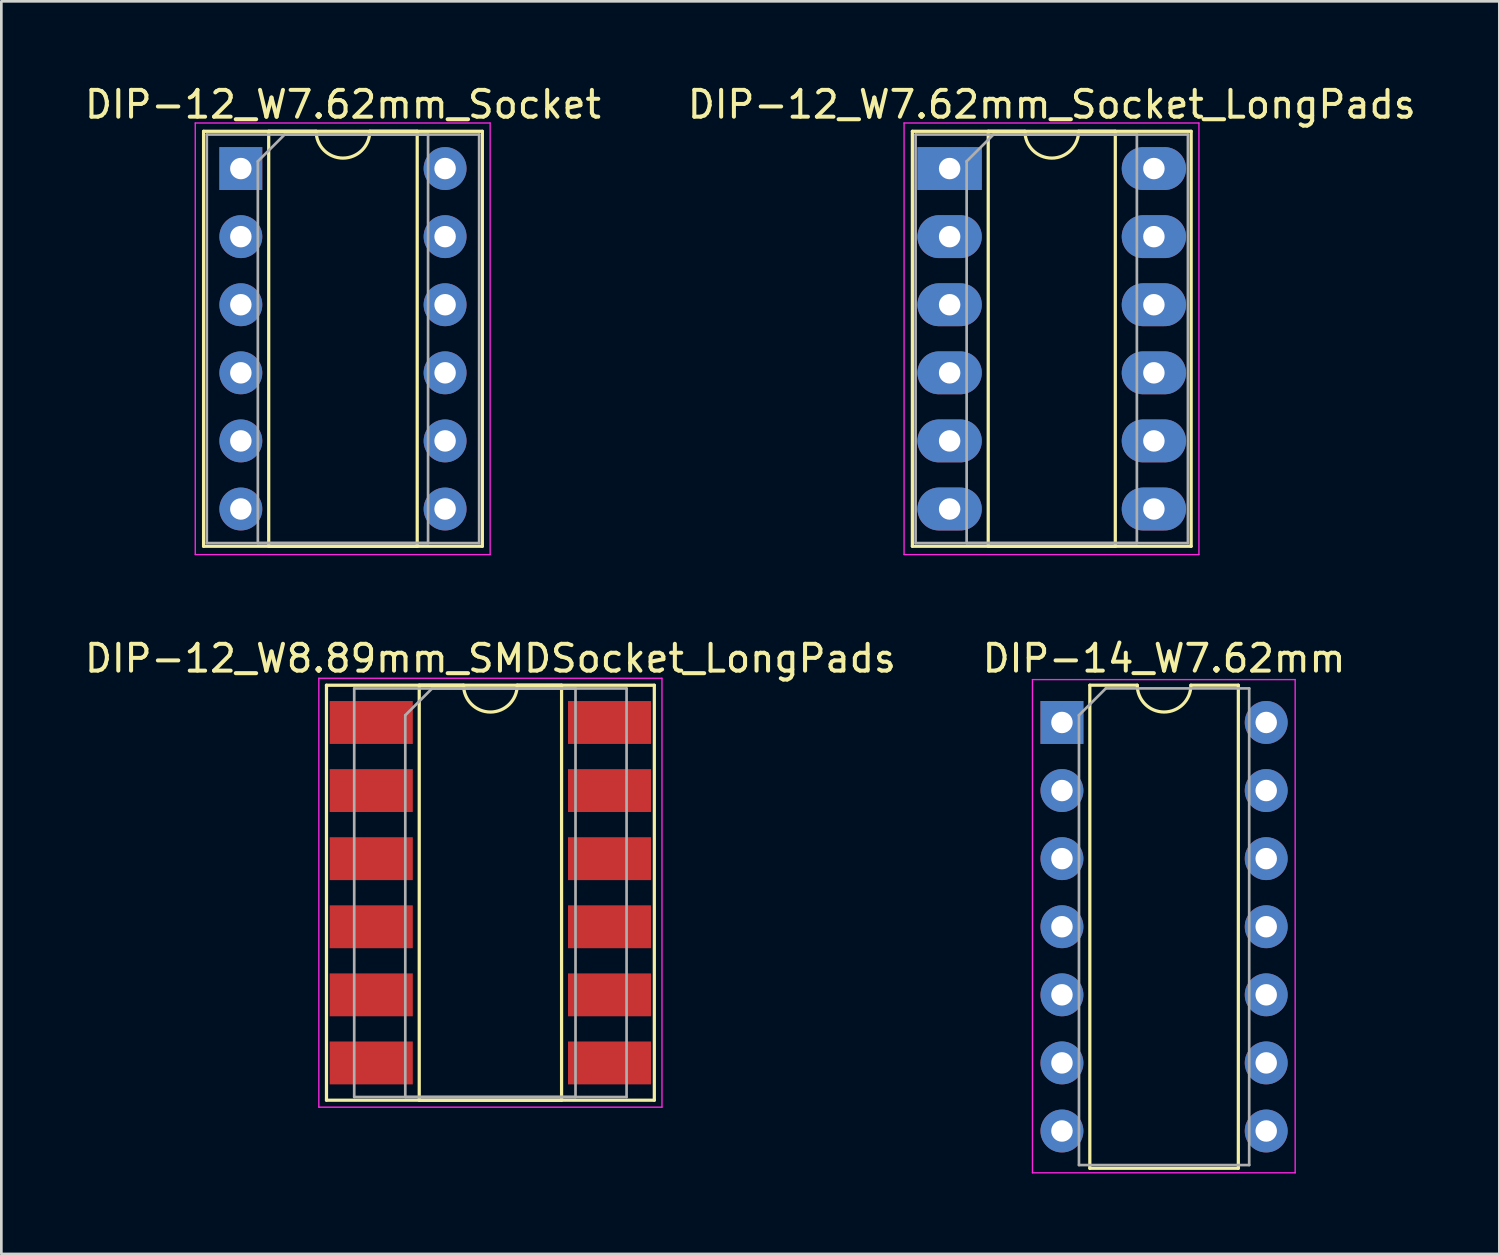
<source format=kicad_pcb>
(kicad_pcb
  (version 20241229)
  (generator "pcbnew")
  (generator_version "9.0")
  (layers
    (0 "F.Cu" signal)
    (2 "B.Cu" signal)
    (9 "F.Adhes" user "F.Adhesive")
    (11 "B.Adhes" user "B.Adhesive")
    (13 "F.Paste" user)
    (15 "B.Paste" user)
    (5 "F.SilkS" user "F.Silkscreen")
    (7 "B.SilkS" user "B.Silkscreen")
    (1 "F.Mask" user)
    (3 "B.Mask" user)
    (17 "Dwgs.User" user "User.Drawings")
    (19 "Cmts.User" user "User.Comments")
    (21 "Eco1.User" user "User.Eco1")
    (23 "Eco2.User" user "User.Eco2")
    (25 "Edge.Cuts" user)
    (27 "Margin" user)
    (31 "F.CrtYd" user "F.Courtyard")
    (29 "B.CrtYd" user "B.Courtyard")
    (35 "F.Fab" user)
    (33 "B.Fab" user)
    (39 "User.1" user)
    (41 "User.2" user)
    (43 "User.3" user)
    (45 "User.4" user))
  (footprint "DIP-14_W7.62mm"
    (layer "F.Cu")
    (at 36.565 23.901)
    (property "Reference" "DIP-14_W7.62mm" (at 3.81 -2.39 0) (layer "F.SilkS") (effects (font (size 1 1) (thickness 0.15))))
    (attr through_hole)
    (fp_line (start 1.04 -1.39) (end 1.04 16.63) (stroke (width 0.12) (type solid)) (layer "F.SilkS"))
    (fp_line (start 1.04 16.63) (end 6.58 16.63) (stroke (width 0.12) (type solid)) (layer "F.SilkS"))
    (fp_line (start 2.81 -1.39) (end 1.04 -1.39) (stroke (width 0.12) (type solid)) (layer "F.SilkS"))
    (fp_line (start 6.58 -1.39) (end 4.81 -1.39) (stroke (width 0.12) (type solid)) (layer "F.SilkS"))
    (fp_line (start 6.58 16.63) (end 6.58 -1.39) (stroke (width 0.12) (type solid)) (layer "F.SilkS"))
    (fp_arc (start 4.81 -1.39) (mid 3.81 -0.39) (end 2.81 -1.39) (stroke (width 0.12) (type solid)) (layer "F.SilkS"))
    (fp_line (start -1.1 -1.6) (end -1.1 16.8) (stroke (width 0.05) (type solid)) (layer "F.CrtYd"))
    (fp_line (start -1.1 16.8) (end 8.7 16.8) (stroke (width 0.05) (type solid)) (layer "F.CrtYd"))
    (fp_line (start 8.7 -1.6) (end -1.1 -1.6) (stroke (width 0.05) (type solid)) (layer "F.CrtYd"))
    (fp_line (start 8.7 16.8) (end 8.7 -1.6) (stroke (width 0.05) (type solid)) (layer "F.CrtYd"))
    (fp_line (start 0.635 -0.27) (end 1.635 -1.27) (stroke (width 0.1) (type solid)) (layer "F.Fab"))
    (fp_line (start 0.635 16.51) (end 0.635 -0.27) (stroke (width 0.1) (type solid)) (layer "F.Fab"))
    (fp_line (start 1.635 -1.27) (end 6.985 -1.27) (stroke (width 0.1) (type solid)) (layer "F.Fab"))
    (fp_line (start 6.985 -1.27) (end 6.985 16.51) (stroke (width 0.1) (type solid)) (layer "F.Fab"))
    (fp_line (start 6.985 16.51) (end 0.635 16.51) (stroke (width 0.1) (type solid)) (layer "F.Fab"))
    (pad "1" thru_hole rect (at 0 0) (size 1.6 1.6) (drill 0.8) (layers "*.Cu" "*.Mask"))
    (pad "2" thru_hole oval (at 0 2.54) (size 1.6 1.6) (drill 0.8) (layers "*.Cu" "*.Mask"))
    (pad "3" thru_hole oval (at 0 5.08) (size 1.6 1.6) (drill 0.8) (layers "*.Cu" "*.Mask"))
    (pad "4" thru_hole oval (at 0 7.62) (size 1.6 1.6) (drill 0.8) (layers "*.Cu" "*.Mask"))
    (pad "5" thru_hole oval (at 0 10.16) (size 1.6 1.6) (drill 0.8) (layers "*.Cu" "*.Mask"))
    (pad "6" thru_hole oval (at 0 12.7) (size 1.6 1.6) (drill 0.8) (layers "*.Cu" "*.Mask"))
    (pad "7" thru_hole oval (at 0 15.24) (size 1.6 1.6) (drill 0.8) (layers "*.Cu" "*.Mask"))
    (pad "8" thru_hole oval (at 7.62 15.24) (size 1.6 1.6) (drill 0.8) (layers "*.Cu" "*.Mask"))
    (pad "9" thru_hole oval (at 7.62 12.7) (size 1.6 1.6) (drill 0.8) (layers "*.Cu" "*.Mask"))
    (pad "10" thru_hole oval (at 7.62 10.16) (size 1.6 1.6) (drill 0.8) (layers "*.Cu" "*.Mask"))
    (pad "11" thru_hole oval (at 7.62 7.62) (size 1.6 1.6) (drill 0.8) (layers "*.Cu" "*.Mask"))
    (pad "12" thru_hole oval (at 7.62 5.08) (size 1.6 1.6) (drill 0.8) (layers "*.Cu" "*.Mask"))
    (pad "13" thru_hole oval (at 7.62 2.54) (size 1.6 1.6) (drill 0.8) (layers "*.Cu" "*.Mask"))
    (pad "14" thru_hole oval (at 7.62 0) (size 1.6 1.6) (drill 0.8) (layers "*.Cu" "*.Mask")))
  (footprint "DIP-12_W7.62mm_Socket_LongPads"
    (layer "F.Cu")
    (at 32.375 3.238)
    (property "Reference" "DIP-12_W7.62mm_Socket_LongPads" (at 3.81 -2.39 0) (layer "F.SilkS") (effects (font (size 1 1) (thickness 0.15))))
    (attr through_hole)
    (fp_line (start -1.39 -1.39) (end -1.39 14.09) (stroke (width 0.12) (type solid)) (layer "F.SilkS"))
    (fp_line (start -1.39 14.09) (end 9.01 14.09) (stroke (width 0.12) (type solid)) (layer "F.SilkS"))
    (fp_line (start 1.44 -1.39) (end 1.44 14.09) (stroke (width 0.12) (type solid)) (layer "F.SilkS"))
    (fp_line (start 1.44 14.09) (end 6.18 14.09) (stroke (width 0.12) (type solid)) (layer "F.SilkS"))
    (fp_line (start 2.81 -1.39) (end 1.44 -1.39) (stroke (width 0.12) (type solid)) (layer "F.SilkS"))
    (fp_line (start 6.18 -1.39) (end 4.81 -1.39) (stroke (width 0.12) (type solid)) (layer "F.SilkS"))
    (fp_line (start 6.18 14.09) (end 6.18 -1.39) (stroke (width 0.12) (type solid)) (layer "F.SilkS"))
    (fp_line (start 9.01 -1.39) (end -1.39 -1.39) (stroke (width 0.12) (type solid)) (layer "F.SilkS"))
    (fp_line (start 9.01 14.09) (end 9.01 -1.39) (stroke (width 0.12) (type solid)) (layer "F.SilkS"))
    (fp_arc (start 4.81 -1.39) (mid 3.81 -0.39) (end 2.81 -1.39) (stroke (width 0.12) (type solid)) (layer "F.SilkS"))
    (fp_line (start -1.7 -1.7) (end -1.7 14.4) (stroke (width 0.05) (type solid)) (layer "F.CrtYd"))
    (fp_line (start -1.7 14.4) (end 9.3 14.4) (stroke (width 0.05) (type solid)) (layer "F.CrtYd"))
    (fp_line (start 9.3 -1.7) (end -1.7 -1.7) (stroke (width 0.05) (type solid)) (layer "F.CrtYd"))
    (fp_line (start 9.3 14.4) (end 9.3 -1.7) (stroke (width 0.05) (type solid)) (layer "F.CrtYd"))
    (fp_line (start -1.27 -1.27) (end -1.27 13.97) (stroke (width 0.1) (type solid)) (layer "F.Fab"))
    (fp_line (start -1.27 13.97) (end 8.89 13.97) (stroke (width 0.1) (type solid)) (layer "F.Fab"))
    (fp_line (start 0.635 -0.27) (end 1.635 -1.27) (stroke (width 0.1) (type solid)) (layer "F.Fab"))
    (fp_line (start 0.635 13.97) (end 0.635 -0.27) (stroke (width 0.1) (type solid)) (layer "F.Fab"))
    (fp_line (start 1.635 -1.27) (end 6.985 -1.27) (stroke (width 0.1) (type solid)) (layer "F.Fab"))
    (fp_line (start 6.985 -1.27) (end 6.985 13.97) (stroke (width 0.1) (type solid)) (layer "F.Fab"))
    (fp_line (start 6.985 13.97) (end 0.635 13.97) (stroke (width 0.1) (type solid)) (layer "F.Fab"))
    (fp_line (start 8.89 -1.27) (end -1.27 -1.27) (stroke (width 0.1) (type solid)) (layer "F.Fab"))
    (fp_line (start 8.89 13.97) (end 8.89 -1.27) (stroke (width 0.1) (type solid)) (layer "F.Fab"))
    (pad "1" thru_hole rect (at 0 0) (size 2.4 1.6) (drill 0.8) (layers "*.Cu" "*.Mask"))
    (pad "2" thru_hole oval (at 0 2.54) (size 2.4 1.6) (drill 0.8) (layers "*.Cu" "*.Mask"))
    (pad "3" thru_hole oval (at 0 5.08) (size 2.4 1.6) (drill 0.8) (layers "*.Cu" "*.Mask"))
    (pad "4" thru_hole oval (at 0 7.62) (size 2.4 1.6) (drill 0.8) (layers "*.Cu" "*.Mask"))
    (pad "5" thru_hole oval (at 0 10.16) (size 2.4 1.6) (drill 0.8) (layers "*.Cu" "*.Mask"))
    (pad "6" thru_hole oval (at 0 12.7) (size 2.4 1.6) (drill 0.8) (layers "*.Cu" "*.Mask"))
    (pad "7" thru_hole oval (at 7.62 12.7) (size 2.4 1.6) (drill 0.8) (layers "*.Cu" "*.Mask"))
    (pad "8" thru_hole oval (at 7.62 10.16) (size 2.4 1.6) (drill 0.8) (layers "*.Cu" "*.Mask"))
    (pad "9" thru_hole oval (at 7.62 7.62) (size 2.4 1.6) (drill 0.8) (layers "*.Cu" "*.Mask"))
    (pad "10" thru_hole oval (at 7.62 5.08) (size 2.4 1.6) (drill 0.8) (layers "*.Cu" "*.Mask"))
    (pad "11" thru_hole oval (at 7.62 2.54) (size 2.4 1.6) (drill 0.8) (layers "*.Cu" "*.Mask"))
    (pad "12" thru_hole oval (at 7.62 0) (size 2.4 1.6) (drill 0.8) (layers "*.Cu" "*.Mask")))
  (footprint "DIP-12_W7.62mm_Socket"
    (layer "F.Cu")
    (at 5.934 3.238)
    (property "Reference" "DIP-12_W7.62mm_Socket" (at 3.81 -2.39 0) (layer "F.SilkS") (effects (font (size 1 1) (thickness 0.15))))
    (attr through_hole)
    (fp_line (start -1.39 -1.39) (end -1.39 14.09) (stroke (width 0.12) (type solid)) (layer "F.SilkS"))
    (fp_line (start -1.39 14.09) (end 9.01 14.09) (stroke (width 0.12) (type solid)) (layer "F.SilkS"))
    (fp_line (start 1.04 -1.39) (end 1.04 14.09) (stroke (width 0.12) (type solid)) (layer "F.SilkS"))
    (fp_line (start 1.04 14.09) (end 6.58 14.09) (stroke (width 0.12) (type solid)) (layer "F.SilkS"))
    (fp_line (start 2.81 -1.39) (end 1.04 -1.39) (stroke (width 0.12) (type solid)) (layer "F.SilkS"))
    (fp_line (start 6.58 -1.39) (end 4.81 -1.39) (stroke (width 0.12) (type solid)) (layer "F.SilkS"))
    (fp_line (start 6.58 14.09) (end 6.58 -1.39) (stroke (width 0.12) (type solid)) (layer "F.SilkS"))
    (fp_line (start 9.01 -1.39) (end -1.39 -1.39) (stroke (width 0.12) (type solid)) (layer "F.SilkS"))
    (fp_line (start 9.01 14.09) (end 9.01 -1.39) (stroke (width 0.12) (type solid)) (layer "F.SilkS"))
    (fp_arc (start 4.81 -1.39) (mid 3.81 -0.39) (end 2.81 -1.39) (stroke (width 0.12) (type solid)) (layer "F.SilkS"))
    (fp_line (start -1.7 -1.7) (end -1.7 14.4) (stroke (width 0.05) (type solid)) (layer "F.CrtYd"))
    (fp_line (start -1.7 14.4) (end 9.3 14.4) (stroke (width 0.05) (type solid)) (layer "F.CrtYd"))
    (fp_line (start 9.3 -1.7) (end -1.7 -1.7) (stroke (width 0.05) (type solid)) (layer "F.CrtYd"))
    (fp_line (start 9.3 14.4) (end 9.3 -1.7) (stroke (width 0.05) (type solid)) (layer "F.CrtYd"))
    (fp_line (start -1.27 -1.27) (end -1.27 13.97) (stroke (width 0.1) (type solid)) (layer "F.Fab"))
    (fp_line (start -1.27 13.97) (end 8.89 13.97) (stroke (width 0.1) (type solid)) (layer "F.Fab"))
    (fp_line (start 0.635 -0.27) (end 1.635 -1.27) (stroke (width 0.1) (type solid)) (layer "F.Fab"))
    (fp_line (start 0.635 13.97) (end 0.635 -0.27) (stroke (width 0.1) (type solid)) (layer "F.Fab"))
    (fp_line (start 1.635 -1.27) (end 6.985 -1.27) (stroke (width 0.1) (type solid)) (layer "F.Fab"))
    (fp_line (start 6.985 -1.27) (end 6.985 13.97) (stroke (width 0.1) (type solid)) (layer "F.Fab"))
    (fp_line (start 6.985 13.97) (end 0.635 13.97) (stroke (width 0.1) (type solid)) (layer "F.Fab"))
    (fp_line (start 8.89 -1.27) (end -1.27 -1.27) (stroke (width 0.1) (type solid)) (layer "F.Fab"))
    (fp_line (start 8.89 13.97) (end 8.89 -1.27) (stroke (width 0.1) (type solid)) (layer "F.Fab"))
    (pad "1" thru_hole rect (at 0 0) (size 1.6 1.6) (drill 0.8) (layers "*.Cu" "*.Mask"))
    (pad "2" thru_hole oval (at 0 2.54) (size 1.6 1.6) (drill 0.8) (layers "*.Cu" "*.Mask"))
    (pad "3" thru_hole oval (at 0 5.08) (size 1.6 1.6) (drill 0.8) (layers "*.Cu" "*.Mask"))
    (pad "4" thru_hole oval (at 0 7.62) (size 1.6 1.6) (drill 0.8) (layers "*.Cu" "*.Mask"))
    (pad "5" thru_hole oval (at 0 10.16) (size 1.6 1.6) (drill 0.8) (layers "*.Cu" "*.Mask"))
    (pad "6" thru_hole oval (at 0 12.7) (size 1.6 1.6) (drill 0.8) (layers "*.Cu" "*.Mask"))
    (pad "7" thru_hole oval (at 7.62 12.7) (size 1.6 1.6) (drill 0.8) (layers "*.Cu" "*.Mask"))
    (pad "8" thru_hole oval (at 7.62 10.16) (size 1.6 1.6) (drill 0.8) (layers "*.Cu" "*.Mask"))
    (pad "9" thru_hole oval (at 7.62 7.62) (size 1.6 1.6) (drill 0.8) (layers "*.Cu" "*.Mask"))
    (pad "10" thru_hole oval (at 7.62 5.08) (size 1.6 1.6) (drill 0.8) (layers "*.Cu" "*.Mask"))
    (pad "11" thru_hole oval (at 7.62 2.54) (size 1.6 1.6) (drill 0.8) (layers "*.Cu" "*.Mask"))
    (pad "12" thru_hole oval (at 7.62 0) (size 1.6 1.6) (drill 0.8) (layers "*.Cu" "*.Mask")))
  (footprint "DIP-12_W8.89mm_SMDSocket_LongPads"
    (layer "F.Cu")
    (at 15.244 30.252)
    (property "Reference" "DIP-12_W8.89mm_SMDSocket_LongPads" (at 0 -8.74 0) (layer "F.SilkS") (effects (font (size 1 1) (thickness 0.15))))
    (attr smd)
    (fp_line (start -6.115 -7.74) (end -6.115 7.74) (stroke (width 0.12) (type solid)) (layer "F.SilkS"))
    (fp_line (start -6.115 7.74) (end 6.115 7.74) (stroke (width 0.12) (type solid)) (layer "F.SilkS"))
    (fp_line (start -2.655 -7.74) (end -2.655 7.74) (stroke (width 0.12) (type solid)) (layer "F.SilkS"))
    (fp_line (start -2.655 7.74) (end 2.655 7.74) (stroke (width 0.12) (type solid)) (layer "F.SilkS"))
    (fp_line (start -1 -7.74) (end -2.655 -7.74) (stroke (width 0.12) (type solid)) (layer "F.SilkS"))
    (fp_line (start 2.655 -7.74) (end 1 -7.74) (stroke (width 0.12) (type solid)) (layer "F.SilkS"))
    (fp_line (start 2.655 7.74) (end 2.655 -7.74) (stroke (width 0.12) (type solid)) (layer "F.SilkS"))
    (fp_line (start 6.115 -7.74) (end -6.115 -7.74) (stroke (width 0.12) (type solid)) (layer "F.SilkS"))
    (fp_line (start 6.115 7.74) (end 6.115 -7.74) (stroke (width 0.12) (type solid)) (layer "F.SilkS"))
    (fp_arc (start 1 -7.74) (mid 0 -6.74) (end -1 -7.74) (stroke (width 0.12) (type solid)) (layer "F.SilkS"))
    (fp_line (start -6.4 -8) (end -6.4 8) (stroke (width 0.05) (type solid)) (layer "F.CrtYd"))
    (fp_line (start -6.4 8) (end 6.4 8) (stroke (width 0.05) (type solid)) (layer "F.CrtYd"))
    (fp_line (start 6.4 -8) (end -6.4 -8) (stroke (width 0.05) (type solid)) (layer "F.CrtYd"))
    (fp_line (start 6.4 8) (end 6.4 -8) (stroke (width 0.05) (type solid)) (layer "F.CrtYd"))
    (fp_line (start -5.08 -7.62) (end -5.08 7.62) (stroke (width 0.1) (type solid)) (layer "F.Fab"))
    (fp_line (start -5.08 7.62) (end 5.08 7.62) (stroke (width 0.1) (type solid)) (layer "F.Fab"))
    (fp_line (start -3.175 -6.62) (end -2.175 -7.62) (stroke (width 0.1) (type solid)) (layer "F.Fab"))
    (fp_line (start -3.175 7.62) (end -3.175 -6.62) (stroke (width 0.1) (type solid)) (layer "F.Fab"))
    (fp_line (start -2.175 -7.62) (end 3.175 -7.62) (stroke (width 0.1) (type solid)) (layer "F.Fab"))
    (fp_line (start 3.175 -7.62) (end 3.175 7.62) (stroke (width 0.1) (type solid)) (layer "F.Fab"))
    (fp_line (start 3.175 7.62) (end -3.175 7.62) (stroke (width 0.1) (type solid)) (layer "F.Fab"))
    (fp_line (start 5.08 -7.62) (end -5.08 -7.62) (stroke (width 0.1) (type solid)) (layer "F.Fab"))
    (fp_line (start 5.08 7.62) (end 5.08 -7.62) (stroke (width 0.1) (type solid)) (layer "F.Fab"))
    (pad "1" smd rect (at -4.445 -6.35) (size 3.1 1.6) (layers "F.Cu" "F.Mask"))
    (pad "2" smd rect (at -4.445 -3.81) (size 3.1 1.6) (layers "F.Cu" "F.Mask"))
    (pad "3" smd rect (at -4.445 -1.27) (size 3.1 1.6) (layers "F.Cu" "F.Mask"))
    (pad "4" smd rect (at -4.445 1.27) (size 3.1 1.6) (layers "F.Cu" "F.Mask"))
    (pad "5" smd rect (at -4.445 3.81) (size 3.1 1.6) (layers "F.Cu" "F.Mask"))
    (pad "6" smd rect (at -4.445 6.35) (size 3.1 1.6) (layers "F.Cu" "F.Mask"))
    (pad "7" smd rect (at 4.445 6.35) (size 3.1 1.6) (layers "F.Cu" "F.Mask"))
    (pad "8" smd rect (at 4.445 3.81) (size 3.1 1.6) (layers "F.Cu" "F.Mask"))
    (pad "9" smd rect (at 4.445 1.27) (size 3.1 1.6) (layers "F.Cu" "F.Mask"))
    (pad "10" smd rect (at 4.445 -1.27) (size 3.1 1.6) (layers "F.Cu" "F.Mask"))
    (pad "11" smd rect (at 4.445 -3.81) (size 3.1 1.6) (layers "F.Cu" "F.Mask"))
    (pad "12" smd rect (at 4.445 -6.35) (size 3.1 1.6) (layers "F.Cu" "F.Mask")))
  (gr_rect
    (start -3 -3)
    (end 52.881 43.727)
    (stroke (width 0.1) (type default))
    (fill no)
    (layer "Edge.Cuts")))
</source>
